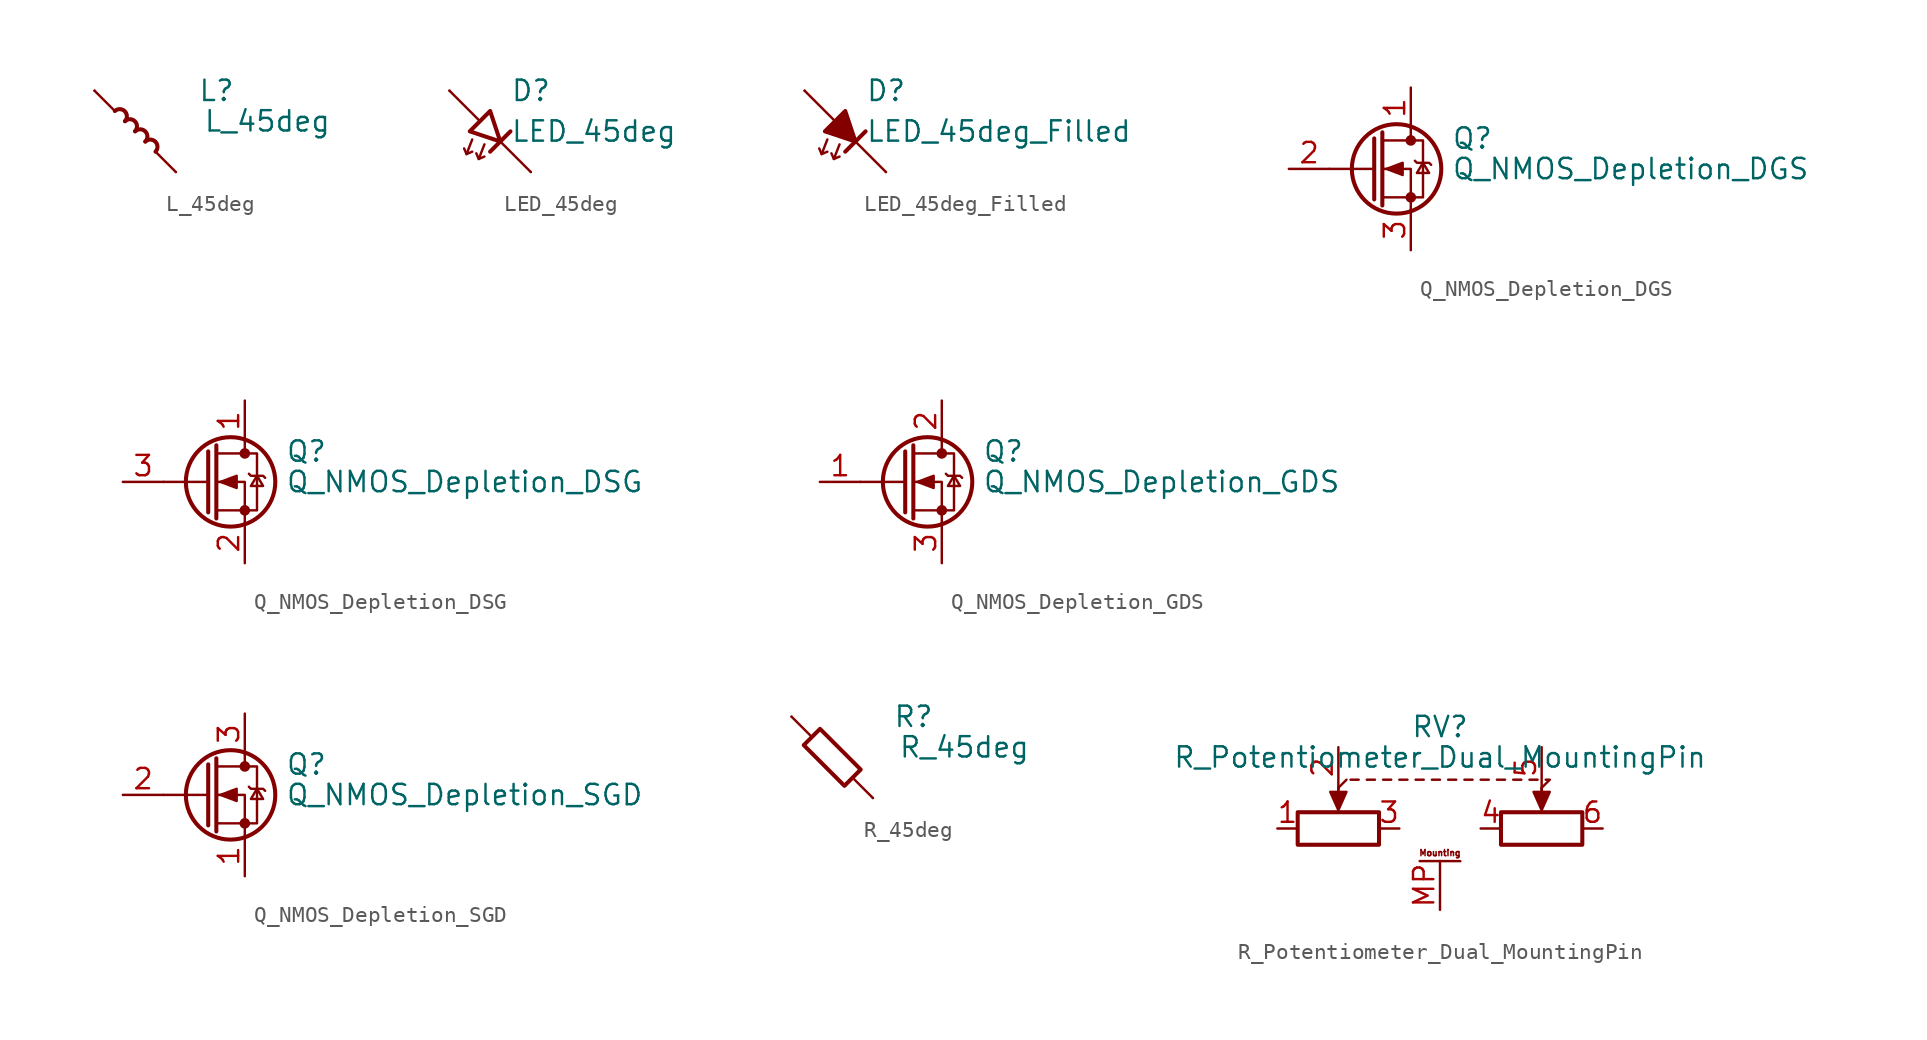
<source format=kicad_sym>
(kicad_symbol_lib
  (version 20220914)
  (generator kicad_symbol_editor)
  (symbol "L_45deg"
    (pin_numbers hide)
    (pin_names
      (offset 0))
    (property "Reference" "L"
      (at 5.08 2.54 0)
      (effects (font (size 1.27 1.27))))
    (property "Value" "L_45deg"
      (at 8.255 0.635 0)
      (effects (font (size 1.27 1.27))))
    (symbol "L_45deg_0_1"
      (polyline (pts (xy -1.27 1.27) (xy -2.54 2.54)) (stroke (width 0) (type default)) (fill (type none)))
      (polyline (pts (xy 2.54 -2.54) (xy 1.27 -1.27)) (stroke (width 0) (type default)) (fill (type none))))
    (symbol "L_45deg_1_1"
      (arc (start -0.635 0.635) (mid -0.6462 1.2588) (end -1.27 1.27) (stroke (width 0.254) (type default)) (fill (type none)))
      (arc (start 0 0) (mid -0.0062 0.6288) (end -0.635 0.635) (stroke (width 0.254) (type default)) (fill (type none)))
      (arc (start 0.635 -0.635) (mid 0.6256 -0.0094) (end 0 0) (stroke (width 0.254) (type default)) (fill (type none)))
      (arc (start 1.27 -1.27) (mid 1.265 -0.6449) (end 0.635 -0.635) (stroke (width 0.254) (type default)) (fill (type none)))
      (pin passive line (at 2.54 -2.54 180) (length 0) (name "~" (effects (font (size 1.27 1.27)))) (number "1" (effects (font (size 1.27 1.27)))))
      (pin passive line (at -2.54 2.54 0) (length 0) (name "~" (effects (font (size 1.27 1.27)))) (number "2" (effects (font (size 1.27 1.27)))))))
  (symbol "LED_45deg"
    (pin_numbers hide)
    (pin_names
      (offset 0) hide)
    (property "Reference" "D"
      (at 1.27 2.54 0)
      (effects (font (size 1.27 1.27)) (justify left)))
    (property "Value" "LED_45deg"
      (at 1.27 0 0)
      (effects (font (size 1.27 1.27)) (justify left)))
    (symbol "LED_45deg_0_1"
      (polyline (pts (xy -1.473 -1.422) (xy -1.626 -1.067)) (stroke (width 0) (type default)) (fill (type none)))
      (polyline (pts (xy -0.711 -1.727) (xy -0.864 -1.372)) (stroke (width 0) (type default)) (fill (type none)))
      (polyline (pts (xy -0.635 0.635) (xy -2.54 2.54)) (stroke (width 0) (type default)) (fill (type none)))
      (polyline (pts (xy 0 -1.27) (xy 1.27 0)) (stroke (width 0.254) (type default)) (fill (type none)))
      (polyline (pts (xy 2.54 -2.54) (xy 0.635 -0.635)) (stroke (width 0) (type default)) (fill (type none)))
      (polyline (pts (xy -1.118 -0.508) (xy -1.473 -1.422) (xy -1.118 -1.27)) (stroke (width 0) (type default)) (fill (type none)))
      (polyline (pts (xy -0.356 -0.813) (xy -0.711 -1.727) (xy -0.356 -1.575)) (stroke (width 0) (type default)) (fill (type none)))
      (polyline (pts (xy -1.27 0) (xy 0 1.27) (xy 0.635 -0.635) (xy -1.27 0)) (stroke (width 0.254) (type default)) (fill (type none))))
    (symbol "LED_45deg_1_1"
      (pin passive line (at 2.54 -2.54 180) (length 0) (name "K" (effects (font (size 1.27 1.27)))) (number "1" (effects (font (size 1.27 1.27)))))
      (pin passive line (at -2.54 2.54 0) (length 0) (name "A" (effects (font (size 1.27 1.27)))) (number "2" (effects (font (size 1.27 1.27)))))))
  (symbol "LED_45deg_Filled"
    (pin_numbers hide)
    (pin_names
      (offset 0) hide)
    (property "Reference" "D"
      (at 1.27 2.54 0)
      (effects (font (size 1.27 1.27)) (justify left)))
    (property "Value" "LED_45deg_Filled"
      (at 1.27 0 0)
      (effects (font (size 1.27 1.27)) (justify left)))
    (symbol "LED_45deg_Filled_0_1"
      (polyline (pts (xy -1.473 -1.422) (xy -1.626 -1.067)) (stroke (width 0) (type default)) (fill (type none)))
      (polyline (pts (xy -0.711 -1.727) (xy -0.864 -1.372)) (stroke (width 0) (type default)) (fill (type none)))
      (polyline (pts (xy -0.635 0.635) (xy -2.54 2.54)) (stroke (width 0) (type default)) (fill (type none)))
      (polyline (pts (xy 0 -1.27) (xy 1.27 0)) (stroke (width 0.254) (type default)) (fill (type none)))
      (polyline (pts (xy 2.54 -2.54) (xy 0.635 -0.635)) (stroke (width 0) (type default)) (fill (type none)))
      (polyline (pts (xy -1.118 -0.508) (xy -1.473 -1.422) (xy -1.118 -1.27)) (stroke (width 0) (type default)) (fill (type none)))
      (polyline (pts (xy -0.356 -0.813) (xy -0.711 -1.727) (xy -0.356 -1.575)) (stroke (width 0) (type default)) (fill (type none))))
    (symbol "LED_45deg_Filled_1_1"
      (polyline (pts (xy -1.27 0) (xy 0 1.27) (xy 0.635 -0.635) (xy -1.27 0)) (stroke (width 0.254) (type default)) (fill (type outline)))
      (pin passive line (at 2.54 -2.54 180) (length 0) (name "K" (effects (font (size 1.27 1.27)))) (number "1" (effects (font (size 1.27 1.27)))))
      (pin passive line (at -2.54 2.54 0) (length 0) (name "A" (effects (font (size 1.27 1.27)))) (number "2" (effects (font (size 1.27 1.27)))))))
  (symbol "Q_NMOS_Depletion_DGS"
    (pin_names
      (offset 0) hide)
    (property "Reference" "Q"
      (at 5.08 1.905 0)
      (effects (font (size 1.27 1.27)) (justify left)))
    (property "Value" "Q_NMOS_Depletion_DGS"
      (at 5.08 0 0)
      (effects (font (size 1.27 1.27)) (justify left)))
    (symbol "Q_NMOS_Depletion_DGS_0_1"
      (polyline (pts (xy 0.254 0) (xy -2.54 0)) (stroke (width 0) (type default)) (fill (type none)))
      (polyline (pts (xy 0.254 1.905) (xy 0.254 -1.905)) (stroke (width 0.254) (type default)) (fill (type none)))
      (polyline (pts (xy 0.762 2.286) (xy 0.762 -2.286)) (stroke (width 0.254) (type default)) (fill (type none)))
      (polyline (pts (xy 2.54 2.54) (xy 2.54 1.778)) (stroke (width 0) (type default)) (fill (type none)))
      (polyline (pts (xy 2.54 -2.54) (xy 2.54 0) (xy 0.762 0)) (stroke (width 0) (type default)) (fill (type none)))
      (polyline (pts (xy 0.762 -1.778) (xy 3.302 -1.778) (xy 3.302 1.778) (xy 0.762 1.778)) (stroke (width 0) (type default)) (fill (type none)))
      (polyline (pts (xy 1.016 0) (xy 2.032 0.381) (xy 2.032 -0.381) (xy 1.016 0)) (stroke (width 0) (type default)) (fill (type outline)))
      (polyline (pts (xy 2.794 0.508) (xy 2.921 0.381) (xy 3.683 0.381) (xy 3.81 0.254)) (stroke (width 0) (type default)) (fill (type none)))
      (polyline (pts (xy 3.302 0.381) (xy 2.921 -0.254) (xy 3.683 -0.254) (xy 3.302 0.381)) (stroke (width 0) (type default)) (fill (type none)))
      (circle (center 1.651 0) (radius 2.794) (stroke (width 0.254) (type default)) (fill (type none)))
      (circle (center 2.54 -1.778) (radius 0.254) (stroke (width 0) (type default)) (fill (type outline)))
      (circle (center 2.54 1.778) (radius 0.254) (stroke (width 0) (type default)) (fill (type outline))))
    (symbol "Q_NMOS_Depletion_DGS_1_1"
      (pin passive line (at 2.54 5.08 270) (length 2.54) (name "D" (effects (font (size 1.27 1.27)))) (number "1" (effects (font (size 1.27 1.27)))))
      (pin input line (at -5.08 0 0) (length 2.54) (name "G" (effects (font (size 1.27 1.27)))) (number "2" (effects (font (size 1.27 1.27)))))
      (pin passive line (at 2.54 -5.08 90) (length 2.54) (name "S" (effects (font (size 1.27 1.27)))) (number "3" (effects (font (size 1.27 1.27)))))))
  (symbol "Q_NMOS_Depletion_DSG"
    (pin_names
      (offset 0) hide)
    (property "Reference" "Q"
      (at 5.08 1.905 0)
      (effects (font (size 1.27 1.27)) (justify left)))
    (property "Value" "Q_NMOS_Depletion_DSG"
      (at 5.08 0 0)
      (effects (font (size 1.27 1.27)) (justify left)))
    (symbol "Q_NMOS_Depletion_DSG_0_1"
      (polyline (pts (xy 0.254 0) (xy -2.54 0)) (stroke (width 0) (type default)) (fill (type none)))
      (polyline (pts (xy 0.254 1.905) (xy 0.254 -1.905)) (stroke (width 0.254) (type default)) (fill (type none)))
      (polyline (pts (xy 0.762 2.286) (xy 0.762 -2.286)) (stroke (width 0.254) (type default)) (fill (type none)))
      (polyline (pts (xy 2.54 2.54) (xy 2.54 1.778)) (stroke (width 0) (type default)) (fill (type none)))
      (polyline (pts (xy 2.54 -2.54) (xy 2.54 0) (xy 0.762 0)) (stroke (width 0) (type default)) (fill (type none)))
      (polyline (pts (xy 0.762 -1.778) (xy 3.302 -1.778) (xy 3.302 1.778) (xy 0.762 1.778)) (stroke (width 0) (type default)) (fill (type none)))
      (polyline (pts (xy 1.016 0) (xy 2.032 0.381) (xy 2.032 -0.381) (xy 1.016 0)) (stroke (width 0) (type default)) (fill (type outline)))
      (polyline (pts (xy 2.794 0.508) (xy 2.921 0.381) (xy 3.683 0.381) (xy 3.81 0.254)) (stroke (width 0) (type default)) (fill (type none)))
      (polyline (pts (xy 3.302 0.381) (xy 2.921 -0.254) (xy 3.683 -0.254) (xy 3.302 0.381)) (stroke (width 0) (type default)) (fill (type none)))
      (circle (center 1.651 0) (radius 2.794) (stroke (width 0.254) (type default)) (fill (type none)))
      (circle (center 2.54 -1.778) (radius 0.254) (stroke (width 0) (type default)) (fill (type outline)))
      (circle (center 2.54 1.778) (radius 0.254) (stroke (width 0) (type default)) (fill (type outline))))
    (symbol "Q_NMOS_Depletion_DSG_1_1"
      (pin passive line (at 2.54 5.08 270) (length 2.54) (name "D" (effects (font (size 1.27 1.27)))) (number "1" (effects (font (size 1.27 1.27)))))
      (pin passive line (at 2.54 -5.08 90) (length 2.54) (name "S" (effects (font (size 1.27 1.27)))) (number "2" (effects (font (size 1.27 1.27)))))
      (pin input line (at -5.08 0 0) (length 2.54) (name "G" (effects (font (size 1.27 1.27)))) (number "3" (effects (font (size 1.27 1.27)))))))
  (symbol "Q_NMOS_Depletion_GDS"
    (pin_names
      (offset 0) hide)
    (property "Reference" "Q"
      (at 5.08 1.905 0)
      (effects (font (size 1.27 1.27)) (justify left)))
    (property "Value" "Q_NMOS_Depletion_GDS"
      (at 5.08 0 0)
      (effects (font (size 1.27 1.27)) (justify left)))
    (symbol "Q_NMOS_Depletion_GDS_0_1"
      (polyline (pts (xy 0.254 0) (xy -2.54 0)) (stroke (width 0) (type default)) (fill (type none)))
      (polyline (pts (xy 0.254 1.905) (xy 0.254 -1.905)) (stroke (width 0.254) (type default)) (fill (type none)))
      (polyline (pts (xy 0.762 2.286) (xy 0.762 -2.286)) (stroke (width 0.254) (type default)) (fill (type none)))
      (polyline (pts (xy 2.54 2.54) (xy 2.54 1.778)) (stroke (width 0) (type default)) (fill (type none)))
      (polyline (pts (xy 2.54 -2.54) (xy 2.54 0) (xy 0.762 0)) (stroke (width 0) (type default)) (fill (type none)))
      (polyline (pts (xy 0.762 -1.778) (xy 3.302 -1.778) (xy 3.302 1.778) (xy 0.762 1.778)) (stroke (width 0) (type default)) (fill (type none)))
      (polyline (pts (xy 1.016 0) (xy 2.032 0.381) (xy 2.032 -0.381) (xy 1.016 0)) (stroke (width 0) (type default)) (fill (type outline)))
      (polyline (pts (xy 2.794 0.508) (xy 2.921 0.381) (xy 3.683 0.381) (xy 3.81 0.254)) (stroke (width 0) (type default)) (fill (type none)))
      (polyline (pts (xy 3.302 0.381) (xy 2.921 -0.254) (xy 3.683 -0.254) (xy 3.302 0.381)) (stroke (width 0) (type default)) (fill (type none)))
      (circle (center 1.651 0) (radius 2.794) (stroke (width 0.254) (type default)) (fill (type none)))
      (circle (center 2.54 -1.778) (radius 0.254) (stroke (width 0) (type default)) (fill (type outline)))
      (circle (center 2.54 1.778) (radius 0.254) (stroke (width 0) (type default)) (fill (type outline))))
    (symbol "Q_NMOS_Depletion_GDS_1_1"
      (pin input line (at -5.08 0 0) (length 2.54) (name "G" (effects (font (size 1.27 1.27)))) (number "1" (effects (font (size 1.27 1.27)))))
      (pin passive line (at 2.54 5.08 270) (length 2.54) (name "D" (effects (font (size 1.27 1.27)))) (number "2" (effects (font (size 1.27 1.27)))))
      (pin passive line (at 2.54 -5.08 90) (length 2.54) (name "S" (effects (font (size 1.27 1.27)))) (number "3" (effects (font (size 1.27 1.27)))))))
  (symbol "Q_NMOS_Depletion_SGD"
    (pin_names
      (offset 0) hide)
    (property "Reference" "Q"
      (at 5.08 1.905 0)
      (effects (font (size 1.27 1.27)) (justify left)))
    (property "Value" "Q_NMOS_Depletion_SGD"
      (at 5.08 0 0)
      (effects (font (size 1.27 1.27)) (justify left)))
    (symbol "Q_NMOS_Depletion_SGD_0_1"
      (polyline (pts (xy 0.254 0) (xy -2.54 0)) (stroke (width 0) (type default)) (fill (type none)))
      (polyline (pts (xy 0.254 1.905) (xy 0.254 -1.905)) (stroke (width 0.254) (type default)) (fill (type none)))
      (polyline (pts (xy 0.762 2.286) (xy 0.762 -2.286)) (stroke (width 0.254) (type default)) (fill (type none)))
      (polyline (pts (xy 2.54 2.54) (xy 2.54 1.778)) (stroke (width 0) (type default)) (fill (type none)))
      (polyline (pts (xy 2.54 -2.54) (xy 2.54 0) (xy 0.762 0)) (stroke (width 0) (type default)) (fill (type none)))
      (polyline (pts (xy 0.762 -1.778) (xy 3.302 -1.778) (xy 3.302 1.778) (xy 0.762 1.778)) (stroke (width 0) (type default)) (fill (type none)))
      (polyline (pts (xy 1.016 0) (xy 2.032 0.381) (xy 2.032 -0.381) (xy 1.016 0)) (stroke (width 0) (type default)) (fill (type outline)))
      (polyline (pts (xy 2.794 0.508) (xy 2.921 0.381) (xy 3.683 0.381) (xy 3.81 0.254)) (stroke (width 0) (type default)) (fill (type none)))
      (polyline (pts (xy 3.302 0.381) (xy 2.921 -0.254) (xy 3.683 -0.254) (xy 3.302 0.381)) (stroke (width 0) (type default)) (fill (type none)))
      (circle (center 1.651 0) (radius 2.794) (stroke (width 0.254) (type default)) (fill (type none)))
      (circle (center 2.54 -1.778) (radius 0.254) (stroke (width 0) (type default)) (fill (type outline)))
      (circle (center 2.54 1.778) (radius 0.254) (stroke (width 0) (type default)) (fill (type outline))))
    (symbol "Q_NMOS_Depletion_SGD_1_1"
      (pin passive line (at 2.54 -5.08 90) (length 2.54) (name "S" (effects (font (size 1.27 1.27)))) (number "1" (effects (font (size 1.27 1.27)))))
      (pin input line (at -5.08 0 0) (length 2.54) (name "G" (effects (font (size 1.27 1.27)))) (number "2" (effects (font (size 1.27 1.27)))))
      (pin passive line (at 2.54 5.08 270) (length 2.54) (name "D" (effects (font (size 1.27 1.27)))) (number "3" (effects (font (size 1.27 1.27)))))))
  (symbol "R_45deg"
    (pin_numbers hide)
    (pin_names
      (offset 0))
    (property "Reference" "R"
      (at 5.08 2.54 0)
      (effects (font (size 1.27 1.27))))
    (property "Value" "R_45deg"
      (at 8.255 0.635 0)
      (effects (font (size 1.27 1.27))))
    (symbol "R_45deg_0_1"
      (polyline (pts (xy -2.54 2.54) (xy -1.27 1.27)) (stroke (width 0) (type default)) (fill (type none)))
      (polyline (pts (xy 1.27 -1.27) (xy 2.54 -2.54)) (stroke (width 0) (type default)) (fill (type none))))
    (symbol "R_45deg_1_1"
      (polyline (pts (xy -1.778 0.762) (xy 0.762 -1.778) (xy 1.778 -0.762) (xy -0.762 1.778) (xy -1.778 0.762)) (stroke (width 0.254) (type default)) (fill (type none)))
      (pin passive line (at -2.54 2.54 0) (length 0) (name "~" (effects (font (size 1.27 1.27)))) (number "1" (effects (font (size 1.27 1.27)))))
      (pin passive line (at 2.54 -2.54 180) (length 0) (name "~" (effects (font (size 1.27 1.27)))) (number "2" (effects (font (size 1.27 1.27)))))))
  (symbol "R_Potentiometer_Dual_MountingPin"
    (pin_names
      (offset 1.016) hide)
    (property "Reference" "RV"
      (at 0 3.81 0)
      (effects (font (size 1.27 1.27))))
    (property "Value" "R_Potentiometer_Dual_MountingPin"
      (at 0 1.905 0)
      (effects (font (size 1.27 1.27))))
    (symbol "R_Potentiometer_Dual_MountingPin_0_1"
      (rectangle (start -8.89 -1.524) (end -3.81 -3.556) (stroke (width 0.254) (type default)) (fill (type none)))
      (polyline (pts (xy -6.35 0) (xy -6.35 -1.016)) (stroke (width 0) (type default)) (fill (type none)))
      (polyline (pts (xy -6.35 0) (xy -6.35 -1.016)) (stroke (width 0) (type default)) (fill (type none)))
      (polyline (pts (xy -6.35 0) (xy -5.842 0.508)) (stroke (width 0) (type default)) (fill (type none)))
      (polyline (pts (xy -5.588 0.508) (xy -5.08 0.508)) (stroke (width 0) (type default)) (fill (type none)))
      (polyline (pts (xy -4.572 0.508) (xy -4.064 0.508)) (stroke (width 0) (type default)) (fill (type none)))
      (polyline (pts (xy -3.556 0.508) (xy -3.048 0.508)) (stroke (width 0) (type default)) (fill (type none)))
      (polyline (pts (xy -2.54 0.508) (xy -2.032 0.508)) (stroke (width 0) (type default)) (fill (type none)))
      (polyline (pts (xy -1.524 0.508) (xy -1.016 0.508)) (stroke (width 0) (type default)) (fill (type none)))
      (polyline (pts (xy -0.508 0.508) (xy 0 0.508)) (stroke (width 0) (type default)) (fill (type none)))
      (polyline (pts (xy 0.508 0.508) (xy 1.016 0.508)) (stroke (width 0) (type default)) (fill (type none)))
      (polyline (pts (xy 1.524 0.508) (xy 2.032 0.508)) (stroke (width 0) (type default)) (fill (type none)))
      (polyline (pts (xy 2.54 0.508) (xy 3.048 0.508)) (stroke (width 0) (type default)) (fill (type none)))
      (polyline (pts (xy 3.556 0.508) (xy 4.064 0.508)) (stroke (width 0) (type default)) (fill (type none)))
      (polyline (pts (xy 4.572 0.508) (xy 5.08 0.508)) (stroke (width 0) (type default)) (fill (type none)))
      (polyline (pts (xy 5.588 0.508) (xy 6.096 0.508)) (stroke (width 0) (type default)) (fill (type none)))
      (polyline (pts (xy 6.35 0) (xy 6.35 -1.016)) (stroke (width 0) (type default)) (fill (type none)))
      (polyline (pts (xy 6.35 0) (xy 6.35 -1.016)) (stroke (width 0) (type default)) (fill (type none)))
      (polyline (pts (xy 6.604 0.508) (xy 6.858 0.508) (xy 6.35 0)) (stroke (width 0) (type default)) (fill (type none)))
      (polyline (pts (xy -6.35 -1.397) (xy -6.858 -0.254) (xy -5.842 -0.254) (xy -6.35 -1.397)) (stroke (width 0) (type default)) (fill (type outline)))
      (polyline (pts (xy 6.35 -1.397) (xy 5.842 -0.254) (xy 6.858 -0.254) (xy 6.35 -1.397)) (stroke (width 0) (type default)) (fill (type outline)))
      (rectangle (start 3.81 -1.524) (end 8.89 -3.556) (stroke (width 0.254) (type default)) (fill (type none))))
    (symbol "R_Potentiometer_Dual_MountingPin_1_1"
      (polyline (pts (xy -1.27 -4.578) (xy 1.27 -4.578)) (stroke (width 0) (type default)) (fill (type none)))
      (text "Mounting" (at 0 -4.066 0) (effects (font (size 0.381 0.381))))
      (pin passive line (at -10.16 -2.54 0) (length 1.27) (name "1" (effects (font (size 1.27 1.27)))) (number "1" (effects (font (size 1.27 1.27)))))
      (pin passive line (at -6.35 2.54 270) (length 2.54) (name "2" (effects (font (size 1.27 1.27)))) (number "2" (effects (font (size 1.27 1.27)))))
      (pin passive line (at -2.54 -2.54 180) (length 1.27) (name "3" (effects (font (size 1.27 1.27)))) (number "3" (effects (font (size 1.27 1.27)))))
      (pin passive line (at 2.54 -2.54 0) (length 1.27) (name "4" (effects (font (size 1.27 1.27)))) (number "4" (effects (font (size 1.27 1.27)))))
      (pin passive line (at 6.35 2.54 270) (length 2.54) (name "5" (effects (font (size 1.27 1.27)))) (number "5" (effects (font (size 1.27 1.27)))))
      (pin passive line (at 10.16 -2.54 180) (length 1.27) (name "6" (effects (font (size 1.27 1.27)))) (number "6" (effects (font (size 1.27 1.27)))))
      (pin passive line (at 0 -7.62 90) (length 3.048) (name "MountPin" (effects (font (size 1.27 1.27)))) (number "MP" (effects (font (size 1.27 1.27))))))))
</source>
